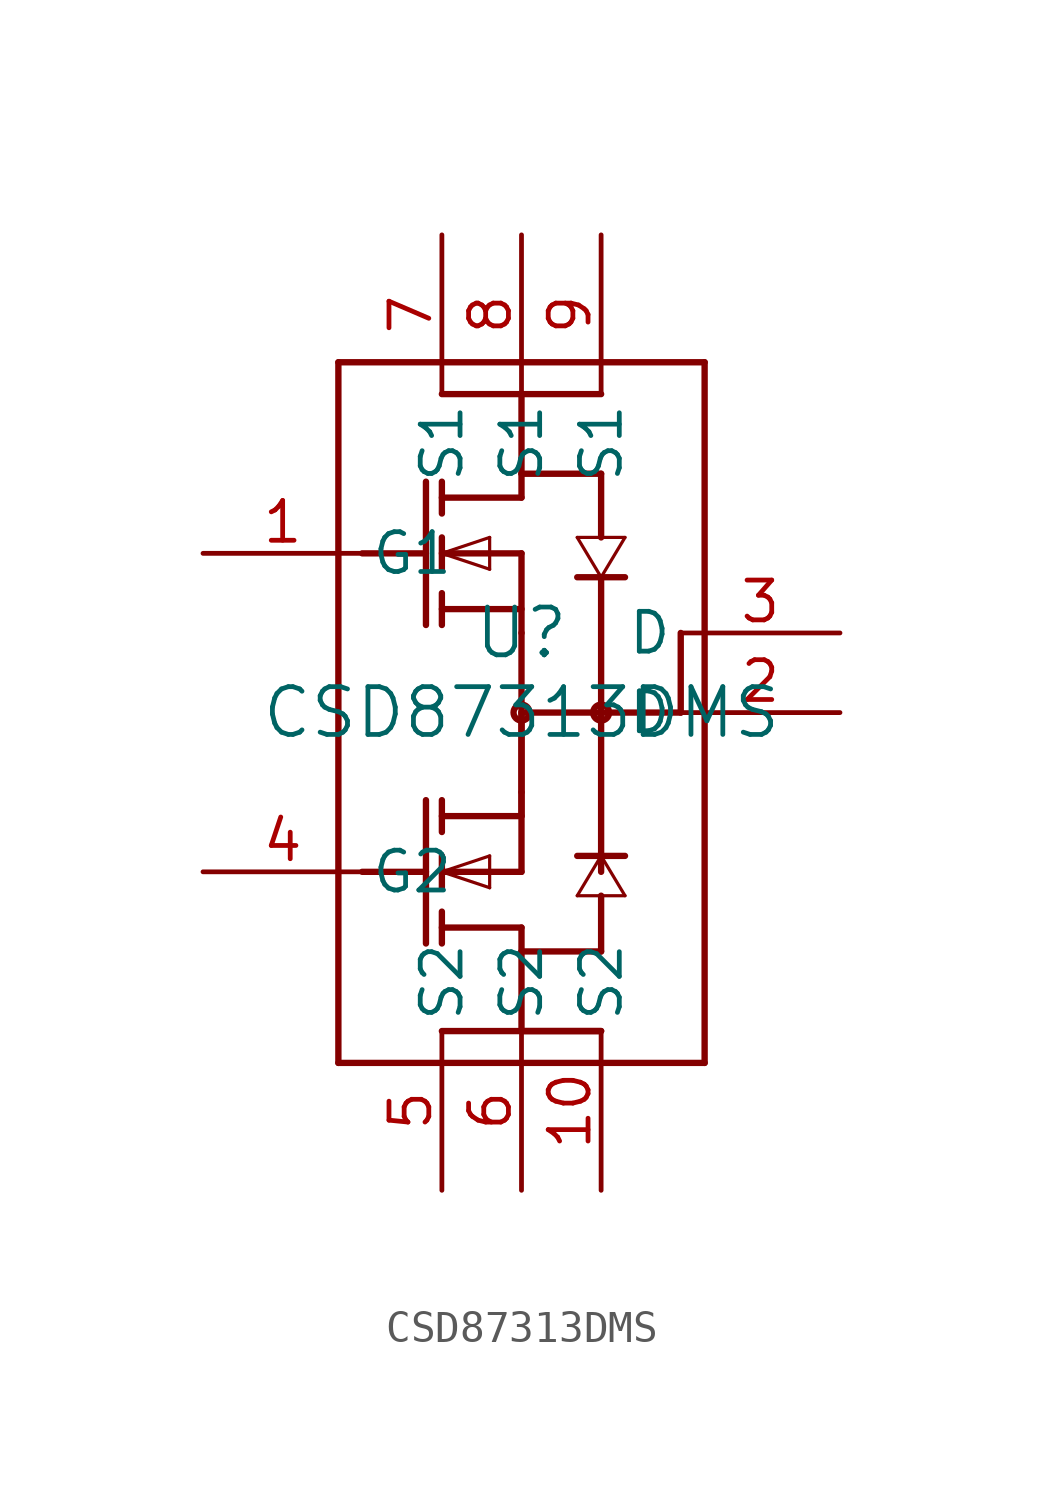
<source format=kicad_sym>
(kicad_symbol_lib
  (version 20211014)
  (generator kicad_symbol_editor)
  (symbol "CSD87313DMS"
    (pin_names
      (offset 0.254))
    (property "Reference" "U"
      (at 0 2.54 0)
      (effects (font (size 1.524 1.524))))
    (property "Value" "CSD87313DMS"
      (at 0 0 0)
      (effects (font (size 1.524 1.524))))
    (symbol "CSD87313DMS_0_1"
      (polyline (pts (xy -5.842 -11.176) (xy 5.842 -11.176)) (stroke (width 0.203) (type default) (color 0 0 0 0)) (fill (type none)))
      (polyline (pts (xy 5.842 -11.176) (xy 5.842 11.176)) (stroke (width 0.203) (type default) (color 0 0 0 0)) (fill (type none)))
      (polyline (pts (xy 5.842 11.176) (xy -5.842 11.176)) (stroke (width 0.203) (type default) (color 0 0 0 0)) (fill (type none)))
      (polyline (pts (xy -5.842 11.176) (xy -5.842 -11.176)) (stroke (width 0.203) (type default) (color 0 0 0 0)) (fill (type none)))
      (polyline (pts (xy 0 6.858) (xy -2.54 6.858)) (stroke (width 0.203) (type default) (color 0 0 0 0)) (fill (type none)))
      (polyline (pts (xy 0 5.08) (xy -2.54 5.08)) (stroke (width 0.203) (type default) (color 0 0 0 0)) (fill (type none)))
      (polyline (pts (xy 0 3.302) (xy -2.54 3.302)) (stroke (width 0.203) (type default) (color 0 0 0 0)) (fill (type none)))
      (polyline (pts (xy 0 5.08) (xy 0 2.54)) (stroke (width 0.203) (type default) (color 0 0 0 0)) (fill (type none)))
      (polyline (pts (xy -3.048 7.366) (xy -3.048 2.794)) (stroke (width 0.203) (type default) (color 0 0 0 0)) (fill (type none)))
      (polyline (pts (xy -2.54 7.366) (xy -2.54 6.35)) (stroke (width 0.203) (type default) (color 0 0 0 0)) (fill (type none)))
      (polyline (pts (xy -2.54 4.572) (xy -2.54 5.588)) (stroke (width 0.203) (type default) (color 0 0 0 0)) (fill (type none)))
      (polyline (pts (xy -2.54 2.794) (xy -2.54 3.81)) (stroke (width 0.203) (type default) (color 0 0 0 0)) (fill (type none)))
      (polyline (pts (xy -5.08 5.08) (xy -3.048 5.08)) (stroke (width 0.203) (type default) (color 0 0 0 0)) (fill (type none)))
      (polyline (pts (xy -2.54 5.08) (xy -1.016 4.572)) (stroke (width 0.102) (type default) (color 0 0 0 0)) (fill (type none)))
      (polyline (pts (xy -1.016 4.572) (xy -1.016 5.588)) (stroke (width 0.102) (type default) (color 0 0 0 0)) (fill (type none)))
      (polyline (pts (xy -1.016 5.588) (xy -2.54 5.08)) (stroke (width 0.102) (type default) (color 0 0 0 0)) (fill (type none)))
      (polyline (pts (xy 0 6.858) (xy 0 7.62)) (stroke (width 0.203) (type default) (color 0 0 0 0)) (fill (type none)))
      (polyline (pts (xy 2.54 4.318) (xy 1.778 5.588)) (stroke (width 0.102) (type default) (color 0 0 0 0)) (fill (type none)))
      (polyline (pts (xy 1.778 5.588) (xy 3.302 5.588)) (stroke (width 0.102) (type default) (color 0 0 0 0)) (fill (type none)))
      (polyline (pts (xy 3.302 5.588) (xy 2.54 4.318)) (stroke (width 0.102) (type default) (color 0 0 0 0)) (fill (type none)))
      (polyline (pts (xy 1.778 4.318) (xy 3.302 4.318)) (stroke (width 0.203) (type default) (color 0 0 0 0)) (fill (type none)))
      (polyline (pts (xy 2.54 -5.08) (xy 2.54 4.318)) (stroke (width 0.203) (type default) (color 0 0 0 0)) (fill (type none)))
      (polyline (pts (xy 2.54 7.62) (xy 2.54 5.588)) (stroke (width 0.203) (type default) (color 0 0 0 0)) (fill (type none)))
      (polyline (pts (xy 0 7.62) (xy 2.54 7.62)) (stroke (width 0.203) (type default) (color 0 0 0 0)) (fill (type none)))
      (polyline (pts (xy 0 -3.302) (xy -2.54 -3.302)) (stroke (width 0.203) (type default) (color 0 0 0 0)) (fill (type none)))
      (polyline (pts (xy 0 -5.08) (xy -2.54 -5.08)) (stroke (width 0.203) (type default) (color 0 0 0 0)) (fill (type none)))
      (polyline (pts (xy 0 -6.858) (xy -2.54 -6.858)) (stroke (width 0.203) (type default) (color 0 0 0 0)) (fill (type none)))
      (polyline (pts (xy -3.048 -2.794) (xy -3.048 -7.366)) (stroke (width 0.203) (type default) (color 0 0 0 0)) (fill (type none)))
      (polyline (pts (xy -2.54 -2.794) (xy -2.54 -3.81)) (stroke (width 0.203) (type default) (color 0 0 0 0)) (fill (type none)))
      (polyline (pts (xy -2.54 -5.588) (xy -2.54 -4.572)) (stroke (width 0.203) (type default) (color 0 0 0 0)) (fill (type none)))
      (polyline (pts (xy -2.54 -7.366) (xy -2.54 -6.35)) (stroke (width 0.203) (type default) (color 0 0 0 0)) (fill (type none)))
      (polyline (pts (xy -5.08 -5.08) (xy -3.048 -5.08)) (stroke (width 0.203) (type default) (color 0 0 0 0)) (fill (type none)))
      (polyline (pts (xy -2.54 -5.08) (xy -1.016 -5.588)) (stroke (width 0.102) (type default) (color 0 0 0 0)) (fill (type none)))
      (polyline (pts (xy -1.016 -5.588) (xy -1.016 -4.572)) (stroke (width 0.102) (type default) (color 0 0 0 0)) (fill (type none)))
      (polyline (pts (xy -1.016 -4.572) (xy -2.54 -5.08)) (stroke (width 0.102) (type default) (color 0 0 0 0)) (fill (type none)))
      (polyline (pts (xy 0 -3.302) (xy 0 -2.54)) (stroke (width 0.203) (type default) (color 0 0 0 0)) (fill (type none)))
      (polyline (pts (xy 2.54 -4.572) (xy 1.778 -5.842)) (stroke (width 0.102) (type default) (color 0 0 0 0)) (fill (type none)))
      (polyline (pts (xy 1.778 -5.842) (xy 3.302 -5.842)) (stroke (width 0.102) (type default) (color 0 0 0 0)) (fill (type none)))
      (polyline (pts (xy 3.302 -5.842) (xy 2.54 -4.572)) (stroke (width 0.102) (type default) (color 0 0 0 0)) (fill (type none)))
      (polyline (pts (xy 1.778 -4.572) (xy 3.302 -4.572)) (stroke (width 0.203) (type default) (color 0 0 0 0)) (fill (type none)))
      (polyline (pts (xy 2.54 -7.62) (xy 2.54 -5.842)) (stroke (width 0.203) (type default) (color 0 0 0 0)) (fill (type none)))
      (polyline (pts (xy 0 -7.62) (xy 2.54 -7.62)) (stroke (width 0.203) (type default) (color 0 0 0 0)) (fill (type none)))
      (polyline (pts (xy 2.54 10.16) (xy 0 10.16)) (stroke (width 0.203) (type default) (color 0 0 0 0)) (fill (type none)))
      (polyline (pts (xy 0 10.16) (xy 0 7.62)) (stroke (width 0.203) (type default) (color 0 0 0 0)) (fill (type none)))
      (polyline (pts (xy 0 -5.08) (xy 0 0)) (stroke (width 0.203) (type default) (color 0 0 0 0)) (fill (type none)))
      (polyline (pts (xy 0 2.54) (xy 0 -2.54)) (stroke (width 0.203) (type default) (color 0 0 0 0)) (fill (type none)))
      (polyline (pts (xy -2.54 -10.16) (xy 2.54 -10.16)) (stroke (width 0.203) (type default) (color 0 0 0 0)) (fill (type none)))
      (polyline (pts (xy 2.54 -10.16) (xy 0 -10.16)) (stroke (width 0.203) (type default) (color 0 0 0 0)) (fill (type none)))
      (polyline (pts (xy 0 -10.16) (xy 0 -7.62)) (stroke (width 0.203) (type default) (color 0 0 0 0)) (fill (type none)))
      (polyline (pts (xy 0 -7.62) (xy 0 -6.858)) (stroke (width 0.203) (type default) (color 0 0 0 0)) (fill (type none)))
      (polyline (pts (xy -2.54 10.16) (xy 0 10.16)) (stroke (width 0.203) (type default) (color 0 0 0 0)) (fill (type none)))
      (polyline (pts (xy 5.08 2.54) (xy 5.08 0)) (stroke (width 0.203) (type default) (color 0 0 0 0)) (fill (type none)))
      (polyline (pts (xy 5.08 0) (xy 0 0)) (stroke (width 0.203) (type default) (color 0 0 0 0)) (fill (type none)))
      (circle (center 0 0) (radius 0.254) (stroke (width 0.203) (type default) (color 0 0 0 0)) (fill (type none)))
      (circle (center 2.54 0) (radius 0.254) (stroke (width 0.203) (type default) (color 0 0 0 0)) (fill (type none)))
      (pin unspecified line (at -10.16 5.08 0) (length 5.08) (name "G1" (effects (font (size 1.27 1.27)))) (number "1" (effects (font (size 1.27 1.27)))))
      (pin unspecified line (at 10.16 0 180) (length 5.08) (name "D" (effects (font (size 1.27 1.27)))) (number "2" (effects (font (size 1.27 1.27)))))
      (pin unspecified line (at 10.16 2.54 180) (length 5.08) (name "D" (effects (font (size 1.27 1.27)))) (number "3" (effects (font (size 1.27 1.27)))))
      (pin unspecified line (at -10.16 -5.08 0) (length 5.08) (name "G2" (effects (font (size 1.27 1.27)))) (number "4" (effects (font (size 1.27 1.27)))))
      (pin unspecified line (at -2.54 -15.24 90) (length 5.08) (name "S2" (effects (font (size 1.27 1.27)))) (number "5" (effects (font (size 1.27 1.27)))))
      (pin unspecified line (at 0 -15.24 90) (length 5.08) (name "S2" (effects (font (size 1.27 1.27)))) (number "6" (effects (font (size 1.27 1.27)))))
      (pin unspecified line (at -2.54 15.24 270) (length 5.08) (name "S1" (effects (font (size 1.27 1.27)))) (number "7" (effects (font (size 1.27 1.27)))))
      (pin unspecified line (at 0 15.24 270) (length 5.08) (name "S1" (effects (font (size 1.27 1.27)))) (number "8" (effects (font (size 1.27 1.27)))))
      (pin unspecified line (at 2.54 15.24 270) (length 5.08) (name "S1" (effects (font (size 1.27 1.27)))) (number "9" (effects (font (size 1.27 1.27)))))
      (pin unspecified line (at 2.54 -15.24 90) (length 5.08) (name "S2" (effects (font (size 1.27 1.27)))) (number "10" (effects (font (size 1.27 1.27))))))))
</source>
